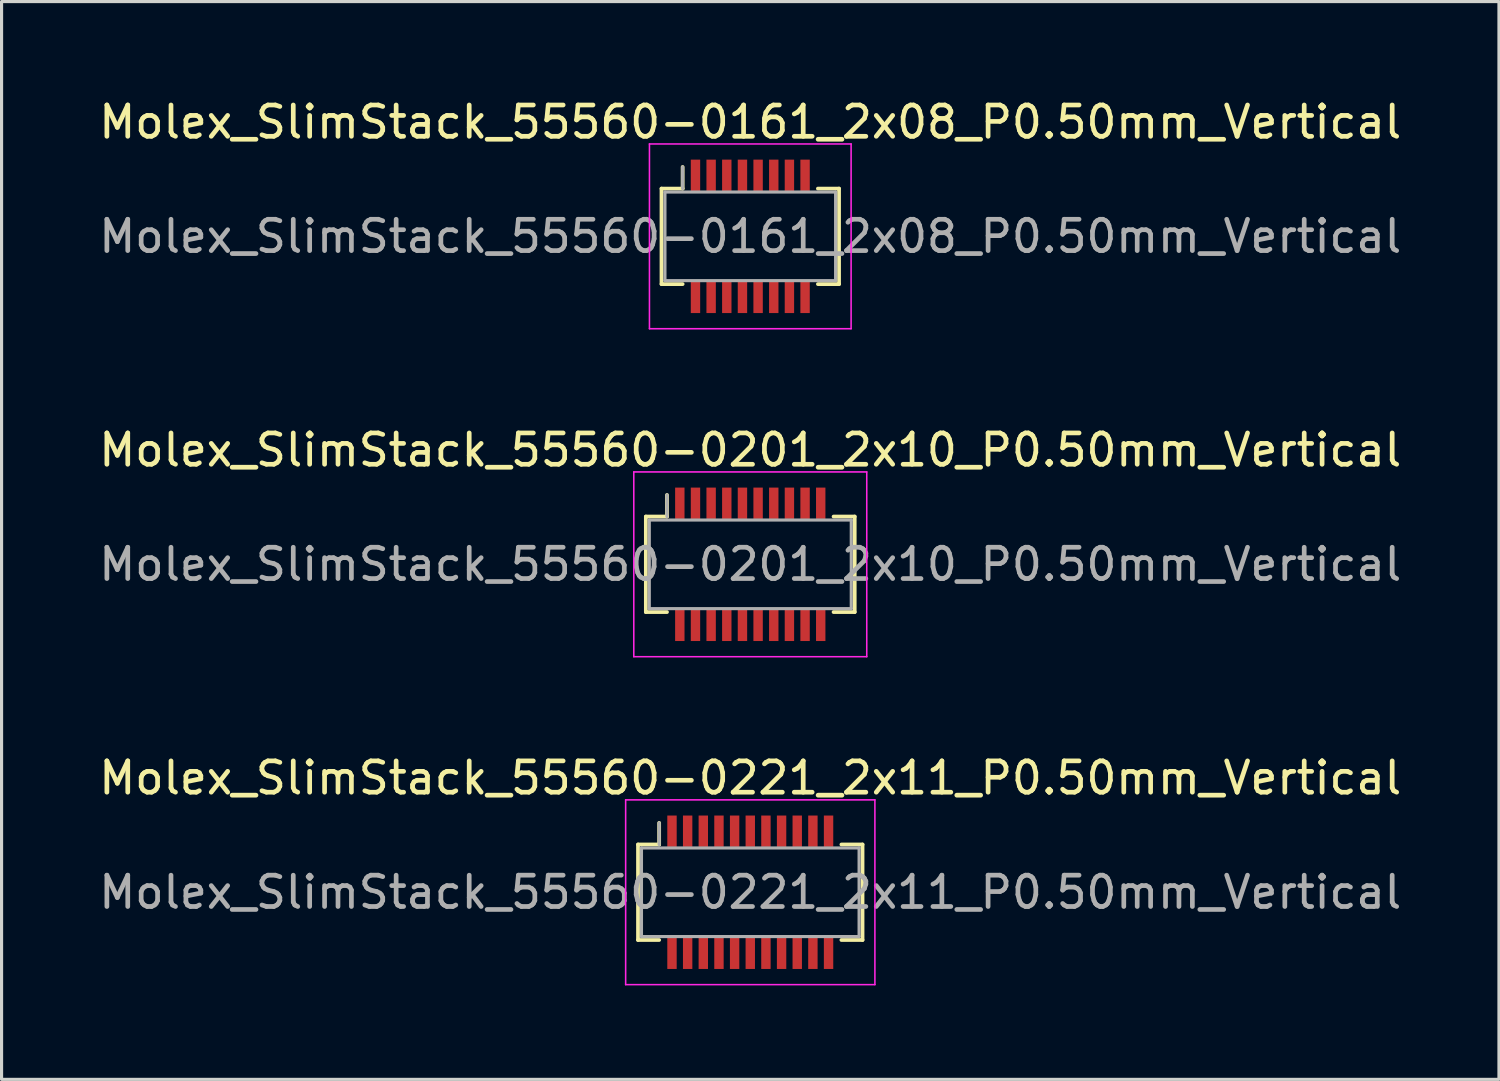
<source format=kicad_pcb>
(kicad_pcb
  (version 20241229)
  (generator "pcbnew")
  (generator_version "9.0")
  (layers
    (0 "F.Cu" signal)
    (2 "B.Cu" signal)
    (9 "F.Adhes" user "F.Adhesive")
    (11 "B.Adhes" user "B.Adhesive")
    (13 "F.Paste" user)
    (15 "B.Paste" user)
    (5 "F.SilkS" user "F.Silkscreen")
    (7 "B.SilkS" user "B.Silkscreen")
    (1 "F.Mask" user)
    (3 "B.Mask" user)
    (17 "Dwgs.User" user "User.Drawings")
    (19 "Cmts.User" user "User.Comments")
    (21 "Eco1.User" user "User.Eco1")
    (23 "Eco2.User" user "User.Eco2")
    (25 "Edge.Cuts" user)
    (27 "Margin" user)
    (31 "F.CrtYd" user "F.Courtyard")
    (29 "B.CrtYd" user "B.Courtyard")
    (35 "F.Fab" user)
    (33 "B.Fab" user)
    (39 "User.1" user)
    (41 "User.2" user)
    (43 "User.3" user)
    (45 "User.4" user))
  (footprint "Molex_SlimStack_55560-0221_2x11_P0.50mm_Vertical"
    (layer "F.Cu")
    (at 20.911 25.445)
    (property "Reference" "Molex_SlimStack_55560-0221_2x11_P0.50mm_Vertical" (at 0 -3.65 0) (layer "F.SilkS") (effects (font (size 1 1) (thickness 0.15))))
    (attr smd)
    (fp_line (start -3.585 -1.525) (end -2.91 -1.525) (stroke (width 0.12) (type solid)) (layer "F.SilkS"))
    (fp_line (start -3.585 1.525) (end -3.585 -1.525) (stroke (width 0.12) (type solid)) (layer "F.SilkS"))
    (fp_line (start -2.91 -1.525) (end -2.91 -2.215) (stroke (width 0.12) (type solid)) (layer "F.SilkS"))
    (fp_line (start -2.91 1.525) (end -3.585 1.525) (stroke (width 0.12) (type solid)) (layer "F.SilkS"))
    (fp_line (start 2.91 1.525) (end 3.585 1.525) (stroke (width 0.12) (type solid)) (layer "F.SilkS"))
    (fp_line (start 3.585 -1.525) (end 2.91 -1.525) (stroke (width 0.12) (type solid)) (layer "F.SilkS"))
    (fp_line (start 3.585 1.525) (end 3.585 -1.525) (stroke (width 0.12) (type solid)) (layer "F.SilkS"))
    (fp_line (start -3.98 -2.95) (end -3.98 2.95) (stroke (width 0.05) (type solid)) (layer "F.CrtYd"))
    (fp_line (start -3.98 2.95) (end 3.98 2.95) (stroke (width 0.05) (type solid)) (layer "F.CrtYd"))
    (fp_line (start 3.98 -2.95) (end -3.98 -2.95) (stroke (width 0.05) (type solid)) (layer "F.CrtYd"))
    (fp_line (start 3.98 2.95) (end 3.98 -2.95) (stroke (width 0.05) (type solid)) (layer "F.CrtYd"))
    (fp_line (start -3.475 -1.415) (end -3.475 1.415) (stroke (width 0.1) (type solid)) (layer "F.Fab"))
    (fp_line (start -3.475 1.415) (end 3.475 1.415) (stroke (width 0.1) (type solid)) (layer "F.Fab"))
    (fp_line (start -2.91 -1.525) (end -2.91 -2.215) (stroke (width 0.1) (type solid)) (layer "F.Fab"))
    (fp_line (start 3.475 -1.415) (end -3.475 -1.415) (stroke (width 0.1) (type solid)) (layer "F.Fab"))
    (fp_line (start 3.475 1.415) (end 3.475 -1.415) (stroke (width 0.1) (type solid)) (layer "F.Fab"))
    (fp_text user "${REFERENCE}" (at 0 0 0) (layer "F.Fab") (effects (font (size 1 1) (thickness 0.15))))
    (pad "1" smd rect (at -2.5 -1.95) (size 0.3 1) (layers "F.Cu" "F.Mask" "F.Paste"))
    (pad "2" smd rect (at -2.5 1.95) (size 0.3 1) (layers "F.Cu" "F.Mask" "F.Paste"))
    (pad "3" smd rect (at -2 -1.95) (size 0.3 1) (layers "F.Cu" "F.Mask" "F.Paste"))
    (pad "4" smd rect (at -2 1.95) (size 0.3 1) (layers "F.Cu" "F.Mask" "F.Paste"))
    (pad "5" smd rect (at -1.5 -1.95) (size 0.3 1) (layers "F.Cu" "F.Mask" "F.Paste"))
    (pad "6" smd rect (at -1.5 1.95) (size 0.3 1) (layers "F.Cu" "F.Mask" "F.Paste"))
    (pad "7" smd rect (at -1 -1.95) (size 0.3 1) (layers "F.Cu" "F.Mask" "F.Paste"))
    (pad "8" smd rect (at -1 1.95) (size 0.3 1) (layers "F.Cu" "F.Mask" "F.Paste"))
    (pad "9" smd rect (at -0.5 -1.95) (size 0.3 1) (layers "F.Cu" "F.Mask" "F.Paste"))
    (pad "10" smd rect (at -0.5 1.95) (size 0.3 1) (layers "F.Cu" "F.Mask" "F.Paste"))
    (pad "11" smd rect (at 0 -1.95) (size 0.3 1) (layers "F.Cu" "F.Mask" "F.Paste"))
    (pad "12" smd rect (at 0 1.95) (size 0.3 1) (layers "F.Cu" "F.Mask" "F.Paste"))
    (pad "13" smd rect (at 0.5 -1.95) (size 0.3 1) (layers "F.Cu" "F.Mask" "F.Paste"))
    (pad "14" smd rect (at 0.5 1.95) (size 0.3 1) (layers "F.Cu" "F.Mask" "F.Paste"))
    (pad "15" smd rect (at 1 -1.95) (size 0.3 1) (layers "F.Cu" "F.Mask" "F.Paste"))
    (pad "16" smd rect (at 1 1.95) (size 0.3 1) (layers "F.Cu" "F.Mask" "F.Paste"))
    (pad "17" smd rect (at 1.5 -1.95) (size 0.3 1) (layers "F.Cu" "F.Mask" "F.Paste"))
    (pad "18" smd rect (at 1.5 1.95) (size 0.3 1) (layers "F.Cu" "F.Mask" "F.Paste"))
    (pad "19" smd rect (at 2 -1.95) (size 0.3 1) (layers "F.Cu" "F.Mask" "F.Paste"))
    (pad "20" smd rect (at 2 1.95) (size 0.3 1) (layers "F.Cu" "F.Mask" "F.Paste"))
    (pad "21" smd rect (at 2.5 -1.95) (size 0.3 1) (layers "F.Cu" "F.Mask" "F.Paste"))
    (pad "22" smd rect (at 2.5 1.95) (size 0.3 1) (layers "F.Cu" "F.Mask" "F.Paste")))
  (footprint "Molex_SlimStack_55560-0201_2x10_P0.50mm_Vertical"
    (layer "F.Cu")
    (at 20.911 14.972)
    (property "Reference" "Molex_SlimStack_55560-0201_2x10_P0.50mm_Vertical" (at 0 -3.65 0) (layer "F.SilkS") (effects (font (size 1 1) (thickness 0.15))))
    (attr smd)
    (fp_line (start -3.335 -1.525) (end -2.66 -1.525) (stroke (width 0.12) (type solid)) (layer "F.SilkS"))
    (fp_line (start -3.335 1.525) (end -3.335 -1.525) (stroke (width 0.12) (type solid)) (layer "F.SilkS"))
    (fp_line (start -2.66 -1.525) (end -2.66 -2.215) (stroke (width 0.12) (type solid)) (layer "F.SilkS"))
    (fp_line (start -2.66 1.525) (end -3.335 1.525) (stroke (width 0.12) (type solid)) (layer "F.SilkS"))
    (fp_line (start 2.66 1.525) (end 3.335 1.525) (stroke (width 0.12) (type solid)) (layer "F.SilkS"))
    (fp_line (start 3.335 -1.525) (end 2.66 -1.525) (stroke (width 0.12) (type solid)) (layer "F.SilkS"))
    (fp_line (start 3.335 1.525) (end 3.335 -1.525) (stroke (width 0.12) (type solid)) (layer "F.SilkS"))
    (fp_line (start -3.72 -2.95) (end -3.72 2.95) (stroke (width 0.05) (type solid)) (layer "F.CrtYd"))
    (fp_line (start -3.72 2.95) (end 3.72 2.95) (stroke (width 0.05) (type solid)) (layer "F.CrtYd"))
    (fp_line (start 3.72 -2.95) (end -3.72 -2.95) (stroke (width 0.05) (type solid)) (layer "F.CrtYd"))
    (fp_line (start 3.72 2.95) (end 3.72 -2.95) (stroke (width 0.05) (type solid)) (layer "F.CrtYd"))
    (fp_line (start -3.225 -1.415) (end -3.225 1.415) (stroke (width 0.1) (type solid)) (layer "F.Fab"))
    (fp_line (start -3.225 1.415) (end 3.225 1.415) (stroke (width 0.1) (type solid)) (layer "F.Fab"))
    (fp_line (start -2.66 -1.525) (end -2.66 -2.215) (stroke (width 0.1) (type solid)) (layer "F.Fab"))
    (fp_line (start 3.225 -1.415) (end -3.225 -1.415) (stroke (width 0.1) (type solid)) (layer "F.Fab"))
    (fp_line (start 3.225 1.415) (end 3.225 -1.415) (stroke (width 0.1) (type solid)) (layer "F.Fab"))
    (fp_text user "${REFERENCE}" (at 0 0 0) (layer "F.Fab") (effects (font (size 1 1) (thickness 0.15))))
    (pad "1" smd rect (at -2.25 -1.95) (size 0.3 1) (layers "F.Cu" "F.Mask" "F.Paste"))
    (pad "2" smd rect (at -2.25 1.95) (size 0.3 1) (layers "F.Cu" "F.Mask" "F.Paste"))
    (pad "3" smd rect (at -1.75 -1.95) (size 0.3 1) (layers "F.Cu" "F.Mask" "F.Paste"))
    (pad "4" smd rect (at -1.75 1.95) (size 0.3 1) (layers "F.Cu" "F.Mask" "F.Paste"))
    (pad "5" smd rect (at -1.25 -1.95) (size 0.3 1) (layers "F.Cu" "F.Mask" "F.Paste"))
    (pad "6" smd rect (at -1.25 1.95) (size 0.3 1) (layers "F.Cu" "F.Mask" "F.Paste"))
    (pad "7" smd rect (at -0.75 -1.95) (size 0.3 1) (layers "F.Cu" "F.Mask" "F.Paste"))
    (pad "8" smd rect (at -0.75 1.95) (size 0.3 1) (layers "F.Cu" "F.Mask" "F.Paste"))
    (pad "9" smd rect (at -0.25 -1.95) (size 0.3 1) (layers "F.Cu" "F.Mask" "F.Paste"))
    (pad "10" smd rect (at -0.25 1.95) (size 0.3 1) (layers "F.Cu" "F.Mask" "F.Paste"))
    (pad "11" smd rect (at 0.25 -1.95) (size 0.3 1) (layers "F.Cu" "F.Mask" "F.Paste"))
    (pad "12" smd rect (at 0.25 1.95) (size 0.3 1) (layers "F.Cu" "F.Mask" "F.Paste"))
    (pad "13" smd rect (at 0.75 -1.95) (size 0.3 1) (layers "F.Cu" "F.Mask" "F.Paste"))
    (pad "14" smd rect (at 0.75 1.95) (size 0.3 1) (layers "F.Cu" "F.Mask" "F.Paste"))
    (pad "15" smd rect (at 1.25 -1.95) (size 0.3 1) (layers "F.Cu" "F.Mask" "F.Paste"))
    (pad "16" smd rect (at 1.25 1.95) (size 0.3 1) (layers "F.Cu" "F.Mask" "F.Paste"))
    (pad "17" smd rect (at 1.75 -1.95) (size 0.3 1) (layers "F.Cu" "F.Mask" "F.Paste"))
    (pad "18" smd rect (at 1.75 1.95) (size 0.3 1) (layers "F.Cu" "F.Mask" "F.Paste"))
    (pad "19" smd rect (at 2.25 -1.95) (size 0.3 1) (layers "F.Cu" "F.Mask" "F.Paste"))
    (pad "20" smd rect (at 2.25 1.95) (size 0.3 1) (layers "F.Cu" "F.Mask" "F.Paste")))
  (footprint "Molex_SlimStack_55560-0161_2x08_P0.50mm_Vertical"
    (layer "F.Cu")
    (at 20.911 4.498)
    (property "Reference" "Molex_SlimStack_55560-0161_2x08_P0.50mm_Vertical" (at 0 -3.65 0) (layer "F.SilkS") (effects (font (size 1 1) (thickness 0.15))))
    (attr smd)
    (fp_line (start -2.835 -1.525) (end -2.16 -1.525) (stroke (width 0.12) (type solid)) (layer "F.SilkS"))
    (fp_line (start -2.835 1.525) (end -2.835 -1.525) (stroke (width 0.12) (type solid)) (layer "F.SilkS"))
    (fp_line (start -2.16 -1.525) (end -2.16 -2.215) (stroke (width 0.12) (type solid)) (layer "F.SilkS"))
    (fp_line (start -2.16 1.525) (end -2.835 1.525) (stroke (width 0.12) (type solid)) (layer "F.SilkS"))
    (fp_line (start 2.16 1.525) (end 2.835 1.525) (stroke (width 0.12) (type solid)) (layer "F.SilkS"))
    (fp_line (start 2.835 -1.525) (end 2.16 -1.525) (stroke (width 0.12) (type solid)) (layer "F.SilkS"))
    (fp_line (start 2.835 1.525) (end 2.835 -1.525) (stroke (width 0.12) (type solid)) (layer "F.SilkS"))
    (fp_line (start -3.22 -2.95) (end -3.22 2.95) (stroke (width 0.05) (type solid)) (layer "F.CrtYd"))
    (fp_line (start -3.22 2.95) (end 3.22 2.95) (stroke (width 0.05) (type solid)) (layer "F.CrtYd"))
    (fp_line (start 3.22 -2.95) (end -3.22 -2.95) (stroke (width 0.05) (type solid)) (layer "F.CrtYd"))
    (fp_line (start 3.22 2.95) (end 3.22 -2.95) (stroke (width 0.05) (type solid)) (layer "F.CrtYd"))
    (fp_line (start -2.725 -1.415) (end -2.725 1.415) (stroke (width 0.1) (type solid)) (layer "F.Fab"))
    (fp_line (start -2.725 1.415) (end 2.725 1.415) (stroke (width 0.1) (type solid)) (layer "F.Fab"))
    (fp_line (start -2.16 -1.525) (end -2.16 -2.215) (stroke (width 0.1) (type solid)) (layer "F.Fab"))
    (fp_line (start 2.725 -1.415) (end -2.725 -1.415) (stroke (width 0.1) (type solid)) (layer "F.Fab"))
    (fp_line (start 2.725 1.415) (end 2.725 -1.415) (stroke (width 0.1) (type solid)) (layer "F.Fab"))
    (fp_text user "${REFERENCE}" (at 0 0 0) (layer "F.Fab") (effects (font (size 1 1) (thickness 0.15))))
    (pad "1" smd rect (at -1.75 -1.95) (size 0.3 1) (layers "F.Cu" "F.Mask" "F.Paste"))
    (pad "2" smd rect (at -1.75 1.95) (size 0.3 1) (layers "F.Cu" "F.Mask" "F.Paste"))
    (pad "3" smd rect (at -1.25 -1.95) (size 0.3 1) (layers "F.Cu" "F.Mask" "F.Paste"))
    (pad "4" smd rect (at -1.25 1.95) (size 0.3 1) (layers "F.Cu" "F.Mask" "F.Paste"))
    (pad "5" smd rect (at -0.75 -1.95) (size 0.3 1) (layers "F.Cu" "F.Mask" "F.Paste"))
    (pad "6" smd rect (at -0.75 1.95) (size 0.3 1) (layers "F.Cu" "F.Mask" "F.Paste"))
    (pad "7" smd rect (at -0.25 -1.95) (size 0.3 1) (layers "F.Cu" "F.Mask" "F.Paste"))
    (pad "8" smd rect (at -0.25 1.95) (size 0.3 1) (layers "F.Cu" "F.Mask" "F.Paste"))
    (pad "9" smd rect (at 0.25 -1.95) (size 0.3 1) (layers "F.Cu" "F.Mask" "F.Paste"))
    (pad "10" smd rect (at 0.25 1.95) (size 0.3 1) (layers "F.Cu" "F.Mask" "F.Paste"))
    (pad "11" smd rect (at 0.75 -1.95) (size 0.3 1) (layers "F.Cu" "F.Mask" "F.Paste"))
    (pad "12" smd rect (at 0.75 1.95) (size 0.3 1) (layers "F.Cu" "F.Mask" "F.Paste"))
    (pad "13" smd rect (at 1.25 -1.95) (size 0.3 1) (layers "F.Cu" "F.Mask" "F.Paste"))
    (pad "14" smd rect (at 1.25 1.95) (size 0.3 1) (layers "F.Cu" "F.Mask" "F.Paste"))
    (pad "15" smd rect (at 1.75 -1.95) (size 0.3 1) (layers "F.Cu" "F.Mask" "F.Paste"))
    (pad "16" smd rect (at 1.75 1.95) (size 0.3 1) (layers "F.Cu" "F.Mask" "F.Paste")))
  (gr_rect
    (start -3 -3)
    (end 44.821 31.42)
    (stroke (width 0.1) (type default))
    (fill no)
    (layer "Edge.Cuts")))
</source>
